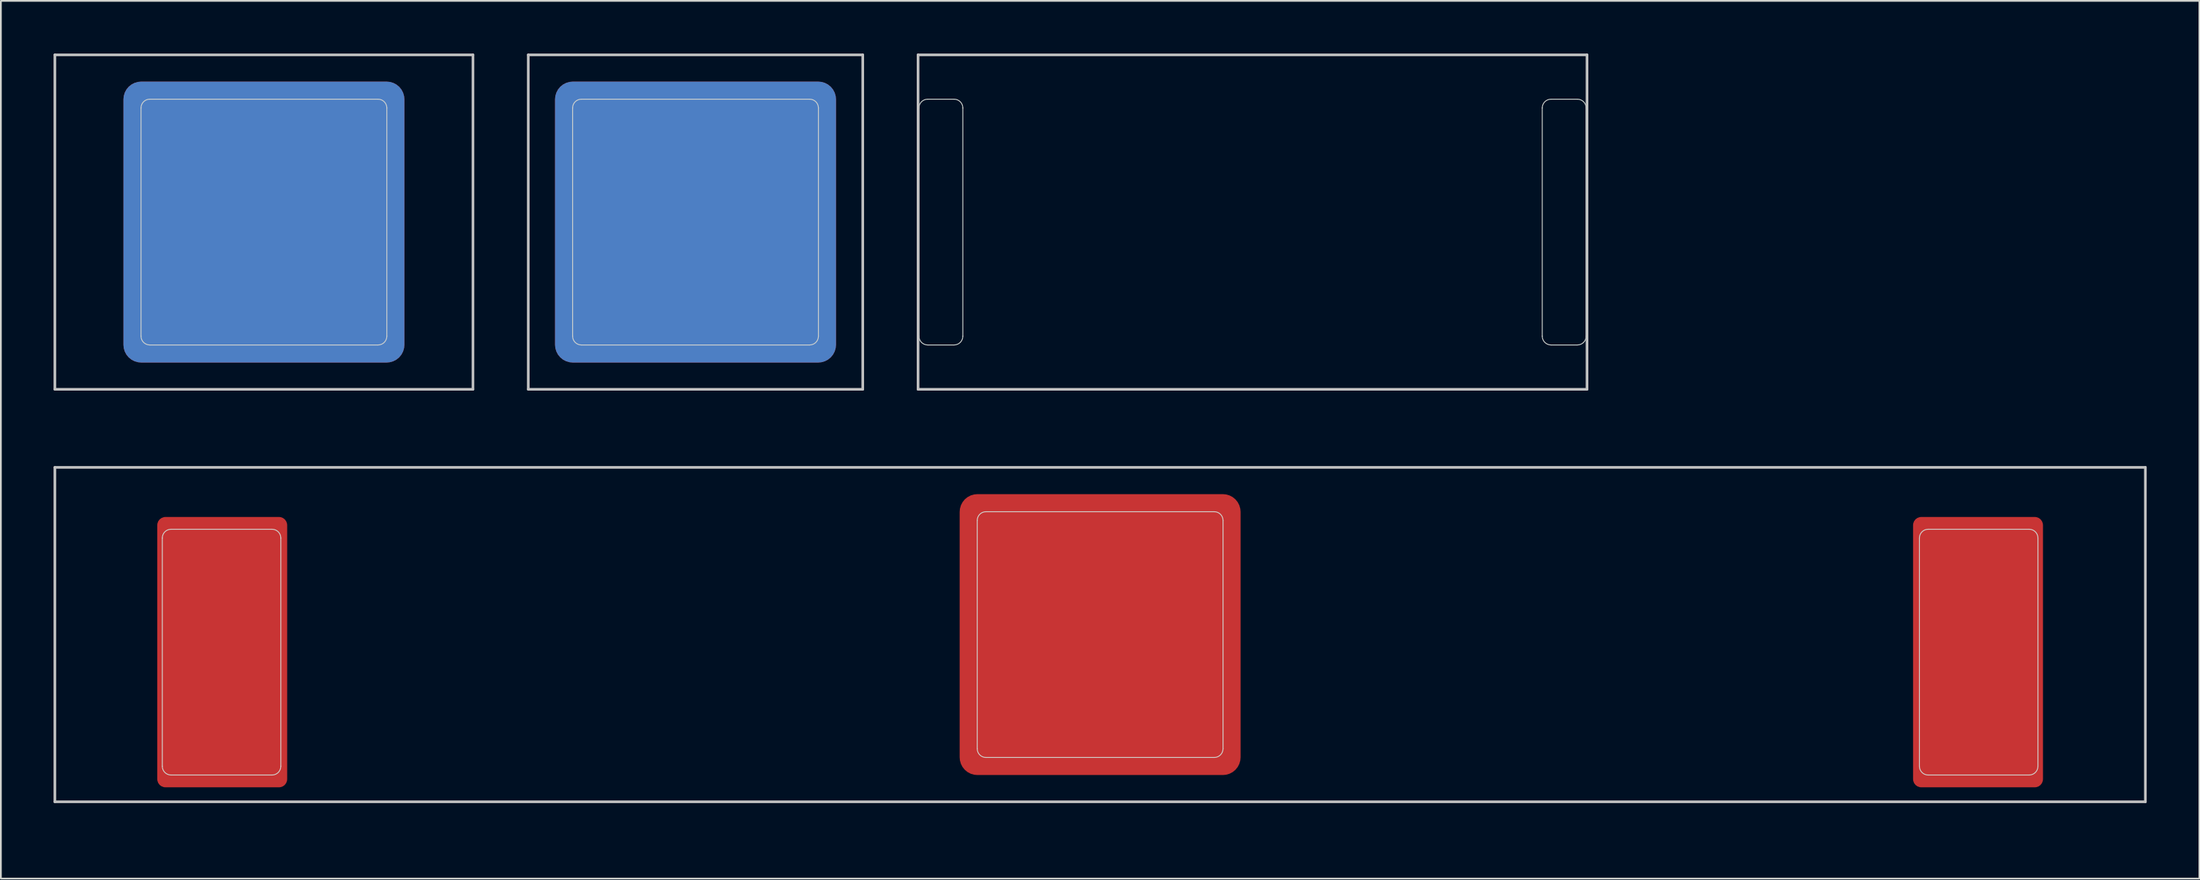
<source format=kicad_pcb>
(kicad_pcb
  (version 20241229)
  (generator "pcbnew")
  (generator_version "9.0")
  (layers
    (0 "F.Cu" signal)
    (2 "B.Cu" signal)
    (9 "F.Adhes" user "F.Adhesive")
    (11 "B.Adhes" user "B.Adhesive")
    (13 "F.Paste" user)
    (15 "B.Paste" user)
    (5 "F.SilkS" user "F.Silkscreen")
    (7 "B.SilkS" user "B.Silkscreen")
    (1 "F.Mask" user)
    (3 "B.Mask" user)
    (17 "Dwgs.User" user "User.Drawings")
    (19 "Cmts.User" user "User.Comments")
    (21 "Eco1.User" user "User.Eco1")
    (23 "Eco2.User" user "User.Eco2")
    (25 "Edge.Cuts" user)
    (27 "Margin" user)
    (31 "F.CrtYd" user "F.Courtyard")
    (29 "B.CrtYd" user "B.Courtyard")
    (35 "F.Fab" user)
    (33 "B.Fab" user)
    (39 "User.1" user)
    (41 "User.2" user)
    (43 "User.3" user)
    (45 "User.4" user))
  (footprint "MX_Cutout_2u_Acoustic"
    (layer "F.Cu")
    (at 68.287 9.6)
    (property "Reference" "MX_Cutout_2u_Acoustic" (at 0.25 10.05 0) (layer "Eco2.User") (effects (font (size 1 1) (thickness 0.15))))
    (attr through_hole)
    (fp_line (start -19.05 -9.525) (end -19.05 9.525) (stroke (width 0.15) (type solid)) (layer "Dwgs.User"))
    (fp_line (start -19.05 -9.525) (end 19.05 -9.525) (stroke (width 0.15) (type solid)) (layer "Dwgs.User"))
    (fp_line (start -19.05 9.525) (end 19.05 9.525) (stroke (width 0.15) (type solid)) (layer "Dwgs.User"))
    (fp_line (start 19.05 -9.525) (end 19.05 9.525) (stroke (width 0.15) (type solid)) (layer "Dwgs.User"))
    (fp_line (start -19 -6.5) (end -19 6.5) (stroke (width 0.05) (type solid)) (layer "Edge.Cuts"))
    (fp_line (start -18.5 -7) (end -17 -7) (stroke (width 0.05) (type solid)) (layer "Edge.Cuts"))
    (fp_line (start -17 7) (end -18.5 7) (stroke (width 0.05) (type solid)) (layer "Edge.Cuts"))
    (fp_line (start -16.5 -6.5) (end -16.5 6.5) (stroke (width 0.05) (type solid)) (layer "Edge.Cuts"))
    (fp_line (start 16.5 -6.5) (end 16.5 6.5) (stroke (width 0.05) (type solid)) (layer "Edge.Cuts"))
    (fp_line (start 17 -7) (end 18.5 -7) (stroke (width 0.05) (type solid)) (layer "Edge.Cuts"))
    (fp_line (start 18.5 7) (end 17 7) (stroke (width 0.05) (type solid)) (layer "Edge.Cuts"))
    (fp_line (start 19 -6.5) (end 19 6.5) (stroke (width 0.05) (type solid)) (layer "Edge.Cuts"))
    (fp_arc (start -19 -6.5) (mid -18.853553 -6.853553) (end -18.5 -7) (stroke (width 0.05) (type solid)) (layer "Edge.Cuts"))
    (fp_arc (start -18.5 7) (mid -18.853553 6.853553) (end -19 6.5) (stroke (width 0.05) (type solid)) (layer "Edge.Cuts"))
    (fp_arc (start -17 -7) (mid -16.646447 -6.853553) (end -16.5 -6.5) (stroke (width 0.05) (type solid)) (layer "Edge.Cuts"))
    (fp_arc (start -16.5 6.5) (mid -16.646447 6.853553) (end -17 7) (stroke (width 0.05) (type solid)) (layer "Edge.Cuts"))
    (fp_arc (start 16.5 -6.5) (mid 16.646447 -6.853553) (end 17 -7) (stroke (width 0.05) (type solid)) (layer "Edge.Cuts"))
    (fp_arc (start 17 7) (mid 16.646447 6.853553) (end 16.5 6.5) (stroke (width 0.05) (type solid)) (layer "Edge.Cuts"))
    (fp_arc (start 18.5 -7) (mid 18.853553 -6.853553) (end 19 -6.5) (stroke (width 0.05) (type solid)) (layer "Edge.Cuts"))
    (fp_arc (start 19 6.5) (mid 18.853553 6.853553) (end 18.5 7) (stroke (width 0.05) (type solid)) (layer "Edge.Cuts")))
  (footprint "MX_Cutout_1.25u"
    (layer "F.Cu")
    (at 11.981 9.6)
    (property "Reference" "MX_Cutout_1.25u" (at 0.25 10.05 0) (layer "Eco2.User") (effects (font (size 1 1) (thickness 0.15))))
    (attr through_hole)
    (fp_line (start -11.906 -9.525) (end 11.906 -9.525) (stroke (width 0.15) (type solid)) (layer "Dwgs.User"))
    (fp_line (start -11.906 9.525) (end -11.906 -9.525) (stroke (width 0.15) (type solid)) (layer "Dwgs.User"))
    (fp_line (start 11.906 -9.525) (end 11.906 9.525) (stroke (width 0.15) (type solid)) (layer "Dwgs.User"))
    (fp_line (start 11.906 9.525) (end -11.906 9.525) (stroke (width 0.15) (type solid)) (layer "Dwgs.User"))
    (fp_line (start -7 -6.5) (end -7 6.5) (stroke (width 0.05) (type solid)) (layer "Edge.Cuts"))
    (fp_line (start -6.5 7) (end 6.5 7) (stroke (width 0.05) (type solid)) (layer "Edge.Cuts"))
    (fp_line (start 6.5 -7) (end -6.5 -7) (stroke (width 0.05) (type solid)) (layer "Edge.Cuts"))
    (fp_line (start 7 6.5) (end 7 -6.5) (stroke (width 0.05) (type solid)) (layer "Edge.Cuts"))
    (fp_arc (start -7 -6.5) (mid -6.853553 -6.853553) (end -6.5 -7) (stroke (width 0.05) (type solid)) (layer "Edge.Cuts"))
    (fp_arc (start -6.5 7) (mid -6.853553 6.853553) (end -7 6.5) (stroke (width 0.05) (type solid)) (layer "Edge.Cuts"))
    (fp_arc (start 6.5 -7) (mid 6.853553 -6.853553) (end 7 -6.5) (stroke (width 0.05) (type solid)) (layer "Edge.Cuts"))
    (fp_arc (start 7 6.5) (mid 6.853553 6.853553) (end 6.5 7) (stroke (width 0.05) (type solid)) (layer "Edge.Cuts"))
    (pad "1" smd roundrect (at 0 0 180) (size 16 16) (layers "F.Cu" "F.Mask") (roundrect_rratio 0.063))
    (pad "1" smd roundrect (at 0 0 180) (size 16 16) (layers "B.Cu" "B.Mask") (roundrect_rratio 0.063)))
  (footprint "MX_Cutout_1u"
    (layer "F.Cu")
    (at 36.562 9.6)
    (property "Reference" "MX_Cutout_1u" (at 0.25 10.05 0) (layer "Eco2.User") (effects (font (size 1 1) (thickness 0.15))))
    (attr through_hole)
    (fp_line (start -9.525 -9.525) (end 9.525 -9.525) (stroke (width 0.15) (type solid)) (layer "Dwgs.User"))
    (fp_line (start -9.525 9.525) (end -9.525 -9.525) (stroke (width 0.15) (type solid)) (layer "Dwgs.User"))
    (fp_line (start 9.525 -9.525) (end 9.525 9.525) (stroke (width 0.15) (type solid)) (layer "Dwgs.User"))
    (fp_line (start 9.525 9.525) (end -9.525 9.525) (stroke (width 0.15) (type solid)) (layer "Dwgs.User"))
    (fp_line (start -7 -6.5) (end -7 6.5) (stroke (width 0.05) (type solid)) (layer "Edge.Cuts"))
    (fp_line (start -6.5 7) (end 6.5 7) (stroke (width 0.05) (type solid)) (layer "Edge.Cuts"))
    (fp_line (start 6.5 -7) (end -6.5 -7) (stroke (width 0.05) (type solid)) (layer "Edge.Cuts"))
    (fp_line (start 7 6.5) (end 7 -6.5) (stroke (width 0.05) (type solid)) (layer "Edge.Cuts"))
    (fp_arc (start -7 -6.5) (mid -6.853553 -6.853553) (end -6.5 -7) (stroke (width 0.05) (type solid)) (layer "Edge.Cuts"))
    (fp_arc (start -6.5 7) (mid -6.853553 6.853553) (end -7 6.5) (stroke (width 0.05) (type solid)) (layer "Edge.Cuts"))
    (fp_arc (start 6.5 -7) (mid 6.853553 -6.853553) (end 7 -6.5) (stroke (width 0.05) (type solid)) (layer "Edge.Cuts"))
    (fp_arc (start 7 6.5) (mid 6.853553 6.853553) (end 6.5 7) (stroke (width 0.05) (type solid)) (layer "Edge.Cuts"))
    (pad "1" smd roundrect (at 0 0 180) (size 16 16) (layers "F.Cu" "F.Mask") (roundrect_rratio 0.063))
    (pad "1" smd roundrect (at 0 0 180) (size 16 16) (layers "B.Cu" "B.Mask") (roundrect_rratio 0.063)))
  (footprint "MX_Cutout_6.25u"
    (layer "F.Cu")
    (at 59.606 33.098)
    (property "Reference" "MX_Cutout_6.25u" (at 0.25 10.05 0) (layer "Eco2.User") (effects (font (size 1 1) (thickness 0.15))))
    (attr through_hole)
    (fp_line (start -59.531 -9.525) (end -59.531 9.525) (stroke (width 0.15) (type solid)) (layer "Dwgs.User"))
    (fp_line (start -59.531 -9.525) (end 59.531 -9.525) (stroke (width 0.15) (type solid)) (layer "Dwgs.User"))
    (fp_line (start -59.531 9.525) (end 59.531 9.525) (stroke (width 0.15) (type solid)) (layer "Dwgs.User"))
    (fp_line (start 59.531 -9.525) (end 59.531 9.525) (stroke (width 0.15) (type solid)) (layer "Dwgs.User"))
    (fp_line (start -53.412 7.5) (end -53.412 -5.5) (stroke (width 0.05) (type solid)) (layer "Edge.Cuts"))
    (fp_line (start -52.912 -6) (end -47.162 -6) (stroke (width 0.05) (type solid)) (layer "Edge.Cuts"))
    (fp_line (start -47.162 8) (end -52.912 8) (stroke (width 0.05) (type solid)) (layer "Edge.Cuts"))
    (fp_line (start -46.662 -5.5) (end -46.662 7.5) (stroke (width 0.05) (type solid)) (layer "Edge.Cuts"))
    (fp_line (start -7 6.5) (end -7 -6.5) (stroke (width 0.05) (type solid)) (layer "Edge.Cuts"))
    (fp_line (start -6.5 -7) (end 6.5 -7) (stroke (width 0.05) (type solid)) (layer "Edge.Cuts"))
    (fp_line (start 6.5 7) (end -6.5 7) (stroke (width 0.05) (type solid)) (layer "Edge.Cuts"))
    (fp_line (start 7 -6.5) (end 7 6.5) (stroke (width 0.05) (type solid)) (layer "Edge.Cuts"))
    (fp_line (start 46.662 7.5) (end 46.662 -5.5) (stroke (width 0.05) (type solid)) (layer "Edge.Cuts"))
    (fp_line (start 47.162 -6) (end 52.912 -6) (stroke (width 0.05) (type solid)) (layer "Edge.Cuts"))
    (fp_line (start 52.912 8) (end 47.162 8) (stroke (width 0.05) (type solid)) (layer "Edge.Cuts"))
    (fp_line (start 53.412 -5.5) (end 53.412 7.5) (stroke (width 0.05) (type solid)) (layer "Edge.Cuts"))
    (fp_arc (start -53.4124 -5.5) (mid -53.265953 -5.853553) (end -52.9124 -6) (stroke (width 0.05) (type solid)) (layer "Edge.Cuts"))
    (fp_arc (start -52.9124 8) (mid -53.265953 7.853553) (end -53.4124 7.5) (stroke (width 0.05) (type solid)) (layer "Edge.Cuts"))
    (fp_arc (start -47.1624 -6) (mid -46.808847 -5.853553) (end -46.6624 -5.5) (stroke (width 0.05) (type solid)) (layer "Edge.Cuts"))
    (fp_arc (start -46.6624 7.5) (mid -46.808847 7.853553) (end -47.1624 8) (stroke (width 0.05) (type solid)) (layer "Edge.Cuts"))
    (fp_arc (start -7 -6.5) (mid -6.853553 -6.853553) (end -6.5 -7) (stroke (width 0.05) (type solid)) (layer "Edge.Cuts"))
    (fp_arc (start -6.5 7) (mid -6.853553 6.853553) (end -7 6.5) (stroke (width 0.05) (type solid)) (layer "Edge.Cuts"))
    (fp_arc (start 6.5 -7) (mid 6.853553 -6.853553) (end 7 -6.5) (stroke (width 0.05) (type solid)) (layer "Edge.Cuts"))
    (fp_arc (start 7 6.5) (mid 6.853553 6.853553) (end 6.5 7) (stroke (width 0.05) (type solid)) (layer "Edge.Cuts"))
    (fp_arc (start 46.6624 -5.5) (mid 46.808847 -5.853553) (end 47.1624 -6) (stroke (width 0.05) (type solid)) (layer "Edge.Cuts"))
    (fp_arc (start 47.1624 8) (mid 46.808847 7.853553) (end 46.6624 7.5) (stroke (width 0.05) (type solid)) (layer "Edge.Cuts"))
    (fp_arc (start 52.9124 -6) (mid 53.265953 -5.853553) (end 53.4124 -5.5) (stroke (width 0.05) (type solid)) (layer "Edge.Cuts"))
    (fp_arc (start 53.4124 7.5) (mid 53.265953 7.853553) (end 52.9124 8) (stroke (width 0.05) (type solid)) (layer "Edge.Cuts"))
    (pad "1" smd roundrect (at -50 1 180) (size 7.4 15.4) (layers "F.Cu" "F.Mask") (roundrect_rratio 0.063))
    (pad "1" smd roundrect (at 0 0 180) (size 16 16) (layers "F.Cu" "F.Mask") (roundrect_rratio 0.063))
    (pad "1" smd roundrect (at 50 1 180) (size 7.4 15.4) (layers "F.Cu" "F.Mask") (roundrect_rratio 0.063)))
  (gr_rect
    (start -3 -3)
    (end 122.213 46.996)
    (stroke (width 0.1) (type default))
    (fill no)
    (layer "Edge.Cuts")))
</source>
